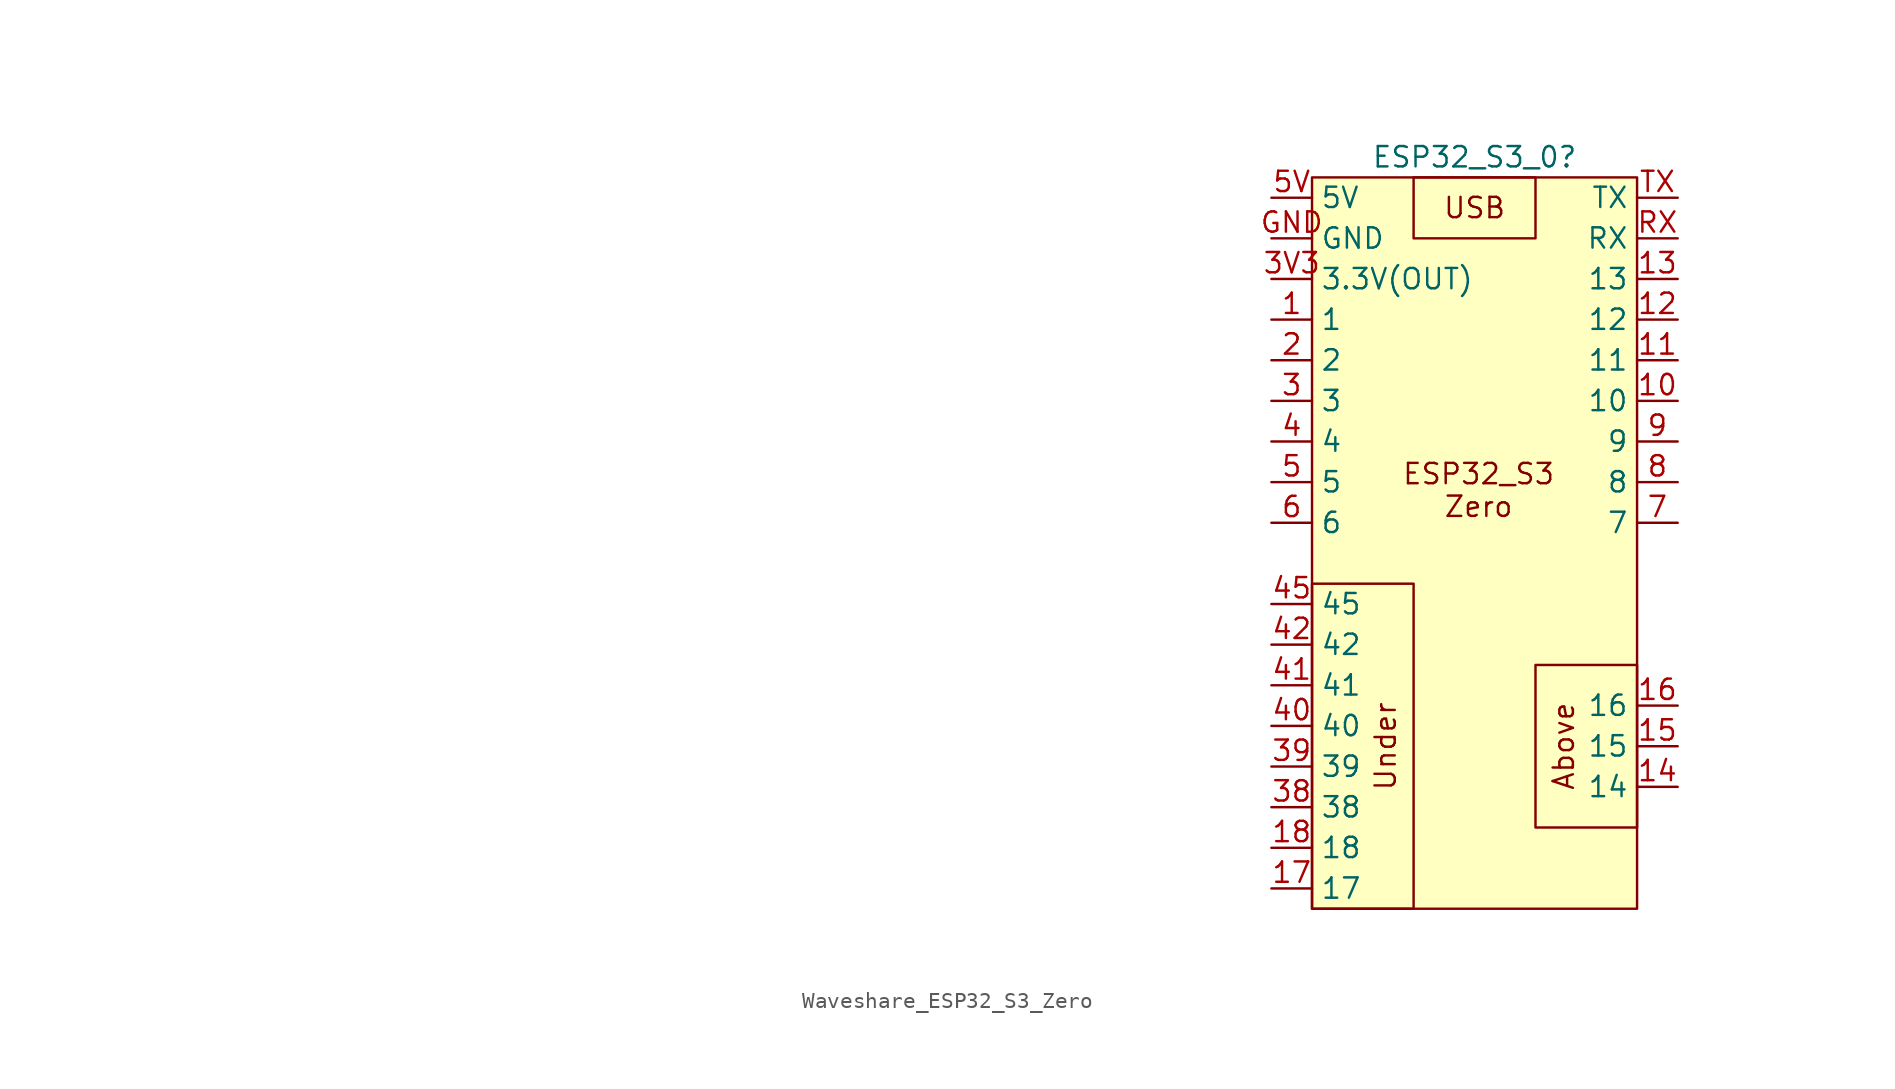
<source format=kicad_sym>
(kicad_symbol_lib
  (version 20241209)
  (generator "kicad_symbol_editor")
  (generator_version "9.0")
  (symbol "Waveshare_ESP32_S3_Zero"
    (property "Reference" "ESP32_S3_0"
      (at 0 24.13 0)
      (effects (font (size 1.27 1.27))))
    (property "Value" ""
      (at -78.74 0 0)
      (effects (font (size 1.27 1.27))))
    (symbol "Waveshare_ESP32_S3_Zero_1_1"
      (rectangle (start -10.16 22.86) (end 10.16 -22.86) (stroke (width 0) (type default)) (fill (type background)))
      (text "ESP32_S3\nZero" (at 0.254 3.302 0) (effects (font (size 1.27 1.27))))
      (text_box "Under\n" (at -10.16 -2.54 90) (size 6.35 -20.32) (margins 1.016 1.016 1.016 1.016) (stroke (width 0) (type solid)) (fill (type none)) (effects (font (size 1.27 1.27)) (justify bottom)))
      (text_box "USB" (at -3.81 22.86 0) (size 7.62 -3.81) (margins 1.016 1.016 1.016 1.016) (stroke (width 0) (type default)) (fill (type none)) (effects (font (size 1.27 1.27))))
      (text_box "Above\n" (at 3.81 -7.62 90) (size 6.35 -10.16) (margins 1.016 1.016 1.016 1.016) (stroke (width 0) (type solid)) (fill (type none)) (effects (font (size 1.27 1.27)) (justify top)))
      (pin power_in line (at -12.7 21.59 0) (length 2.54) (name "5V" (effects (font (size 1.27 1.27)))) (number "5V" (effects (font (size 1.27 1.27)))))
      (pin power_in line (at -12.7 19.05 0) (length 2.54) (name "GND" (effects (font (size 1.27 1.27)))) (number "GND" (effects (font (size 1.27 1.27)))))
      (pin power_out line (at -12.7 16.51 0) (length 2.54) (name "3.3V(OUT)" (effects (font (size 1.27 1.27)))) (number "3V3" (effects (font (size 1.27 1.27)))))
      (pin bidirectional line (at -12.7 13.97 0) (length 2.54) (name "1" (effects (font (size 1.27 1.27)))) (number "1" (effects (font (size 1.27 1.27)))))
      (pin bidirectional line (at -12.7 11.43 0) (length 2.54) (name "2" (effects (font (size 1.27 1.27)))) (number "2" (effects (font (size 1.27 1.27)))))
      (pin bidirectional line (at -12.7 8.89 0) (length 2.54) (name "3" (effects (font (size 1.27 1.27)))) (number "3" (effects (font (size 1.27 1.27)))))
      (pin bidirectional line (at -12.7 6.35 0) (length 2.54) (name "4" (effects (font (size 1.27 1.27)))) (number "4" (effects (font (size 1.27 1.27)))))
      (pin bidirectional line (at -12.7 3.81 0) (length 2.54) (name "5" (effects (font (size 1.27 1.27)))) (number "5" (effects (font (size 1.27 1.27)))))
      (pin bidirectional line (at -12.7 1.27 0) (length 2.54) (name "6" (effects (font (size 1.27 1.27)))) (number "6" (effects (font (size 1.27 1.27)))))
      (pin bidirectional line (at -12.7 -3.81 0) (length 2.54) (name "45" (effects (font (size 1.27 1.27)))) (number "45" (effects (font (size 1.27 1.27)))))
      (pin bidirectional line (at -12.7 -6.35 0) (length 2.54) (name "42" (effects (font (size 1.27 1.27)))) (number "42" (effects (font (size 1.27 1.27)))))
      (pin bidirectional line (at -12.7 -8.89 0) (length 2.54) (name "41" (effects (font (size 1.27 1.27)))) (number "41" (effects (font (size 1.27 1.27)))))
      (pin bidirectional line (at -12.7 -11.43 0) (length 2.54) (name "40" (effects (font (size 1.27 1.27)))) (number "40" (effects (font (size 1.27 1.27)))))
      (pin bidirectional line (at -12.7 -13.97 0) (length 2.54) (name "39" (effects (font (size 1.27 1.27)))) (number "39" (effects (font (size 1.27 1.27)))))
      (pin bidirectional line (at -12.7 -16.51 0) (length 2.54) (name "38" (effects (font (size 1.27 1.27)))) (number "38" (effects (font (size 1.27 1.27)))))
      (pin bidirectional line (at -12.7 -19.05 0) (length 2.54) (name "18" (effects (font (size 1.27 1.27)))) (number "18" (effects (font (size 1.27 1.27)))))
      (pin bidirectional line (at -12.7 -21.59 0) (length 2.54) (name "17" (effects (font (size 1.27 1.27)))) (number "17" (effects (font (size 1.27 1.27)))))
      (pin output line (at 12.7 21.59 180) (length 2.54) (name "TX" (effects (font (size 1.27 1.27)))) (number "TX" (effects (font (size 1.27 1.27)))))
      (pin input line (at 12.7 19.05 180) (length 2.54) (name "RX" (effects (font (size 1.27 1.27)))) (number "RX" (effects (font (size 1.27 1.27)))))
      (pin bidirectional line (at 12.7 16.51 180) (length 2.54) (name "13" (effects (font (size 1.27 1.27)))) (number "13" (effects (font (size 1.27 1.27)))))
      (pin bidirectional line (at 12.7 13.97 180) (length 2.54) (name "12" (effects (font (size 1.27 1.27)))) (number "12" (effects (font (size 1.27 1.27)))))
      (pin bidirectional line (at 12.7 11.43 180) (length 2.54) (name "11" (effects (font (size 1.27 1.27)))) (number "11" (effects (font (size 1.27 1.27)))))
      (pin bidirectional line (at 12.7 8.89 180) (length 2.54) (name "10" (effects (font (size 1.27 1.27)))) (number "10" (effects (font (size 1.27 1.27)))))
      (pin bidirectional line (at 12.7 6.35 180) (length 2.54) (name "9" (effects (font (size 1.27 1.27)))) (number "9" (effects (font (size 1.27 1.27)))))
      (pin bidirectional line (at 12.7 3.81 180) (length 2.54) (name "8" (effects (font (size 1.27 1.27)))) (number "8" (effects (font (size 1.27 1.27)))))
      (pin bidirectional line (at 12.7 1.27 180) (length 2.54) (name "7" (effects (font (size 1.27 1.27)))) (number "7" (effects (font (size 1.27 1.27)))))
      (pin bidirectional line (at 12.7 -10.16 180) (length 2.54) (name "16" (effects (font (size 1.27 1.27)))) (number "16" (effects (font (size 1.27 1.27)))))
      (pin bidirectional line (at 12.7 -12.7 180) (length 2.54) (name "15" (effects (font (size 1.27 1.27)))) (number "15" (effects (font (size 1.27 1.27)))))
      (pin bidirectional line (at 12.7 -15.24 180) (length 2.54) (name "14" (effects (font (size 1.27 1.27)))) (number "14" (effects (font (size 1.27 1.27))))))))
</source>
